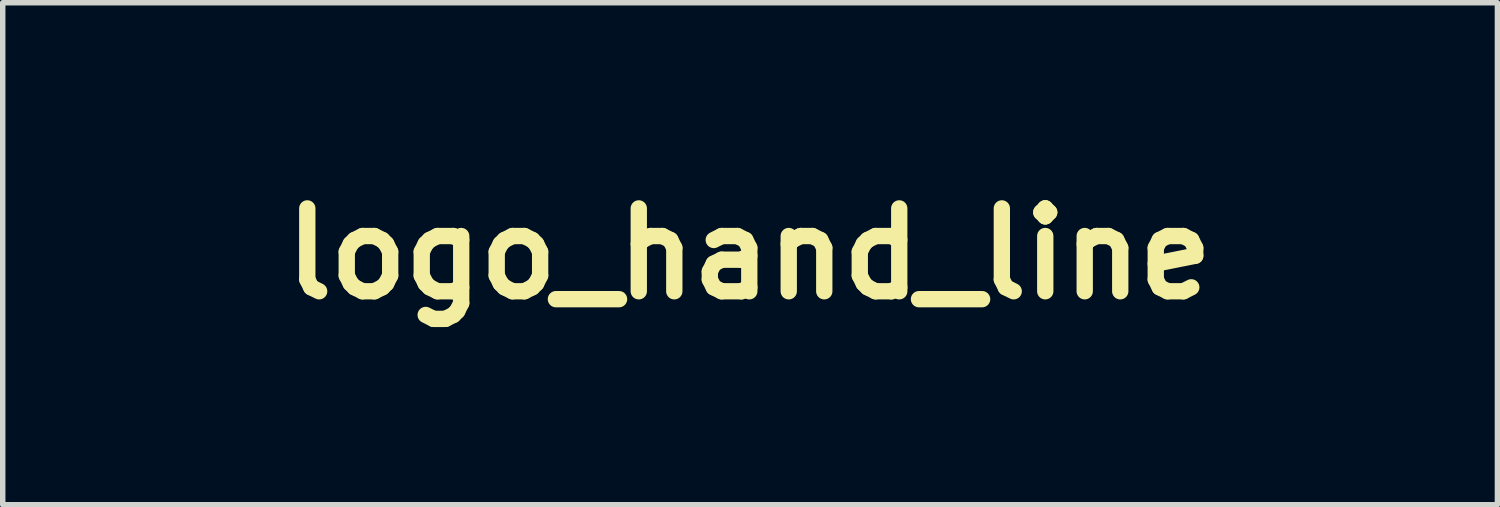
<source format=kicad_pcb>
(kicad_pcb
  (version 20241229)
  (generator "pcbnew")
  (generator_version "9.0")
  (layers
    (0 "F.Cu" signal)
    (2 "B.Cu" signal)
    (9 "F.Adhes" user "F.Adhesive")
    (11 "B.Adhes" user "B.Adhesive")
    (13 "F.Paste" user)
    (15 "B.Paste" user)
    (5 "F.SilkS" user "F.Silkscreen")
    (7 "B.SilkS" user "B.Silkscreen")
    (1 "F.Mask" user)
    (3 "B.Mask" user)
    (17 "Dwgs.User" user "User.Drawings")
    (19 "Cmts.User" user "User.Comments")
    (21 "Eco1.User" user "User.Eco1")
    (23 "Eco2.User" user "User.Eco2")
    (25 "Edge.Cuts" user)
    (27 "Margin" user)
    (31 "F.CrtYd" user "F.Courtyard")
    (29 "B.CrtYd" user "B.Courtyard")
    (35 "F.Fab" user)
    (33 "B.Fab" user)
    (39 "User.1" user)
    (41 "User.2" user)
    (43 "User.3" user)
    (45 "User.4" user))
  (footprint "logo_hand_line"
    (layer "F.Cu")
    (at 10.729 1.617)
    (property "Reference" "logo_hand_line" (at 0 0 0) (layer "F.SilkS") (effects (font (size 1.524 1.524) (thickness 0.3))))
    (attr through_hole)
    (fp_poly (pts (xy -1.172 -1.594) (xy -1.14 -1.535) (xy -1.133 -1.472) (xy -1.131 -1.365) (xy -1.134 -1.223) (xy -1.14 -1.06) (xy -1.149 -0.886) (xy -1.16 -0.712) (xy -1.174 -0.55) (xy -1.189 -0.411) (xy -1.199 -0.339) (xy -1.22 -0.186) (xy -1.239 -0.016) (xy -1.251 0.136) (xy -1.251 0.138) (xy -1.265 0.375) (xy -1.194 0.251) (xy -1.144 0.16) (xy -1.083 0.045) (xy -1.028 -0.061) (xy -0.977 -0.156) (xy -0.932 -0.229) (xy -0.902 -0.269) (xy -0.9 -0.27) (xy -0.858 -0.272) (xy -0.825 -0.234) (xy -0.812 -0.174) (xy -0.82 -0.122) (xy -0.837 -0.052) (xy -0.845 0.03) (xy -0.844 0.106) (xy -0.833 0.158) (xy -0.821 0.169) (xy -0.809 0.165) (xy -0.795 0.146) (xy -0.776 0.109) (xy -0.751 0.046) (xy -0.718 -0.048) (xy -0.673 -0.179) (xy -0.624 -0.327) (xy -0.445 -0.327) (xy -0.443 -0.254) (xy -0.439 -0.233) (xy -0.418 -0.202) (xy -0.399 -0.221) (xy -0.381 -0.29) (xy -0.363 -0.413) (xy -0.346 -0.589) (xy -0.341 -0.648) (xy -0.33 -0.787) (xy -0.323 -0.905) (xy -0.319 -0.99) (xy -0.32 -1.033) (xy -0.32 -1.035) (xy -0.331 -1.016) (xy -0.348 -0.957) (xy -0.369 -0.873) (xy -0.389 -0.779) (xy -0.406 -0.69) (xy -0.416 -0.621) (xy -0.417 -0.593) (xy -0.418 -0.541) (xy -0.428 -0.458) (xy -0.435 -0.417) (xy -0.445 -0.327) (xy -0.624 -0.327) (xy -0.615 -0.352) (xy -0.55 -0.548) (xy -0.497 -0.707) (xy -0.446 -0.853) (xy -0.403 -0.974) (xy -0.37 -1.061) (xy -0.353 -1.098) (xy -0.325 -1.172) (xy -0.302 -1.269) (xy -0.296 -1.305) (xy -0.276 -1.393) (xy -0.246 -1.436) (xy -0.213 -1.431) (xy -0.184 -1.376) (xy -0.177 -1.329) (xy -0.17 -1.236) (xy -0.162 -1.105) (xy -0.156 -0.945) (xy -0.15 -0.767) (xy -0.149 -0.708) (xy -0.135 -0.104) (xy -0.052 -0.257) (xy 0.016 -0.376) (xy 0.076 -0.468) (xy 0.123 -0.524) (xy 0.15 -0.537) (xy 0.151 -0.536) (xy 0.148 -0.505) (xy 0.126 -0.438) (xy 0.092 -0.353) (xy 0.045 -0.208) (xy 0.014 -0.04) (xy 0.001 0.129) (xy 0.008 0.279) (xy 0.02 0.338) (xy 0.031 0.375) (xy 0.042 0.391) (xy 0.058 0.38) (xy 0.081 0.337) (xy 0.117 0.256) (xy 0.168 0.13) (xy 0.192 0.07) (xy 0.246 -0.068) (xy 0.29 -0.191) (xy 0.323 -0.288) (xy 0.338 -0.347) (xy 0.339 -0.355) (xy 0.359 -0.419) (xy 0.394 -0.464) (xy 0.432 -0.494) (xy 0.463 -0.491) (xy 0.505 -0.45) (xy 0.519 -0.434) (xy 0.571 -0.35) (xy 0.606 -0.252) (xy 0.608 -0.24) (xy 0.625 -0.16) (xy 0.642 -0.101) (xy 0.645 -0.093) (xy 0.669 -0.1) (xy 0.716 -0.148) (xy 0.783 -0.234) (xy 0.83 -0.298) (xy 0.916 -0.416) (xy 0.982 -0.492) (xy 1.04 -0.53) (xy 1.097 -0.538) (xy 1.162 -0.522) (xy 1.17 -0.519) (xy 1.215 -0.48) (xy 1.263 -0.407) (xy 1.304 -0.32) (xy 1.327 -0.239) (xy 1.329 -0.22) (xy 1.339 -0.205) (xy 1.366 -0.242) (xy 1.411 -0.332) (xy 1.473 -0.473) (xy 1.551 -0.665) (xy 1.646 -0.907) (xy 1.652 -0.923) (xy 1.709 -1.068) (xy 1.76 -1.196) (xy 1.803 -1.297) (xy 1.832 -1.36) (xy 1.841 -1.376) (xy 1.883 -1.4) (xy 1.941 -1.411) (xy 1.991 -1.405) (xy 2.007 -1.39) (xy 2.013 -1.348) (xy 2.018 -1.298) (xy 2.032 -1.246) (xy 2.064 -1.155) (xy 2.11 -1.037) (xy 2.165 -0.905) (xy 2.171 -0.893) (xy 2.258 -0.679) (xy 2.331 -0.481) (xy 2.385 -0.306) (xy 2.418 -0.165) (xy 2.427 -0.077) (xy 2.429 -0.043) (xy 2.44 -0.031) (xy 2.468 -0.045) (xy 2.519 -0.089) (xy 2.601 -0.168) (xy 2.629 -0.196) (xy 2.73 -0.292) (xy 2.813 -0.359) (xy 2.895 -0.406) (xy 2.996 -0.443) (xy 3.133 -0.482) (xy 3.186 -0.49) (xy 3.29 -0.497) (xy 3.441 -0.506) (xy 3.634 -0.515) (xy 3.865 -0.524) (xy 4.127 -0.533) (xy 4.417 -0.542) (xy 4.73 -0.551) (xy 5.06 -0.56) (xy 5.403 -0.568) (xy 5.755 -0.576) (xy 6.109 -0.583) (xy 6.462 -0.59) (xy 6.809 -0.595) (xy 7.145 -0.599) (xy 7.464 -0.603) (xy 7.627 -0.604) (xy 7.778 -0.606) (xy 7.907 -0.61) (xy 8.005 -0.615) (xy 8.061 -0.621) (xy 8.072 -0.625) (xy 8.096 -0.63) (xy 8.159 -0.623) (xy 8.204 -0.614) (xy 8.293 -0.6) (xy 8.339 -0.606) (xy 8.348 -0.618) (xy 8.376 -0.635) (xy 8.391 -0.629) (xy 8.429 -0.622) (xy 8.514 -0.615) (xy 8.635 -0.608) (xy 8.783 -0.603) (xy 8.918 -0.6) (xy 9.081 -0.598) (xy 9.224 -0.595) (xy 9.338 -0.593) (xy 9.414 -0.592) (xy 9.44 -0.591) (xy 9.477 -0.591) (xy 9.56 -0.592) (xy 9.679 -0.593) (xy 9.825 -0.594) (xy 9.948 -0.595) (xy 10.21 -0.597) (xy 10.422 -0.595) (xy 10.583 -0.59) (xy 10.692 -0.583) (xy 10.746 -0.572) (xy 10.752 -0.566) (xy 10.725 -0.522) (xy 10.655 -0.482) (xy 10.557 -0.45) (xy 10.443 -0.43) (xy 10.343 -0.427) (xy 10.286 -0.423) (xy 10.196 -0.409) (xy 10.118 -0.395) (xy 10.078 -0.387) (xy 10.037 -0.381) (xy 9.991 -0.375) (xy 9.936 -0.37) (xy 9.867 -0.367) (xy 9.78 -0.364) (xy 9.672 -0.361) (xy 9.538 -0.36) (xy 9.374 -0.359) (xy 9.175 -0.358) (xy 8.939 -0.358) (xy 8.659 -0.359) (xy 8.334 -0.36) (xy 7.958 -0.361) (xy 7.789 -0.362) (xy 7.475 -0.362) (xy 7.155 -0.362) (xy 6.838 -0.36) (xy 6.533 -0.358) (xy 6.25 -0.354) (xy 5.996 -0.35) (xy 5.78 -0.345) (xy 5.611 -0.34) (xy 5.602 -0.34) (xy 5.355 -0.331) (xy 5.074 -0.323) (xy 4.782 -0.316) (xy 4.501 -0.311) (xy 4.253 -0.309) (xy 4.247 -0.309) (xy 4.033 -0.307) (xy 3.814 -0.304) (xy 3.605 -0.299) (xy 3.42 -0.294) (xy 3.272 -0.288) (xy 3.23 -0.286) (xy 3.069 -0.275) (xy 2.954 -0.26) (xy 2.873 -0.233) (xy 2.815 -0.19) (xy 2.77 -0.123) (xy 2.727 -0.026) (xy 2.712 0.014) (xy 2.661 0.13) (xy 2.603 0.247) (xy 2.567 0.31) (xy 2.509 0.412) (xy 2.457 0.519) (xy 2.441 0.556) (xy 2.384 0.649) (xy 2.314 0.696) (xy 2.241 0.696) (xy 2.177 0.65) (xy 2.135 0.558) (xy 2.133 0.55) (xy 2.127 0.504) (xy 2.118 0.412) (xy 2.108 0.286) (xy 2.096 0.136) (xy 2.09 0.036) (xy 2.074 -0.155) (xy 2.051 -0.36) (xy 2.024 -0.558) (xy 1.997 -0.727) (xy 1.989 -0.765) (xy 1.962 -0.898) (xy 1.94 -1.009) (xy 1.925 -1.089) (xy 1.919 -1.125) (xy 1.919 -1.126) (xy 1.91 -1.124) (xy 1.887 -1.081) (xy 1.854 -1.008) (xy 1.817 -0.918) (xy 1.781 -0.821) (xy 1.749 -0.731) (xy 1.729 -0.663) (xy 1.703 -0.569) (xy 1.679 -0.497) (xy 1.666 -0.466) (xy 1.65 -0.428) (xy 1.624 -0.348) (xy 1.592 -0.24) (xy 1.568 -0.155) (xy 1.514 0.039) (xy 1.471 0.186) (xy 1.436 0.293) (xy 1.406 0.369) (xy 1.379 0.42) (xy 1.352 0.454) (xy 1.351 0.455) (xy 1.311 0.503) (xy 1.298 0.533) (xy 1.279 0.569) (xy 1.255 0.593) (xy 1.216 0.61) (xy 1.183 0.587) (xy 1.155 0.519) (xy 1.13 0.403) (xy 1.108 0.236) (xy 1.104 0.201) (xy 1.08 0.005) (xy 1.056 -0.144) (xy 1.031 -0.245) (xy 1.006 -0.294) (xy 0.983 -0.291) (xy 0.962 -0.234) (xy 0.948 -0.162) (xy 0.898 0.026) (xy 0.811 0.189) (xy 0.694 0.313) (xy 0.666 0.334) (xy 0.591 0.383) (xy 0.546 0.403) (xy 0.515 0.398) (xy 0.482 0.369) (xy 0.481 0.368) (xy 0.444 0.307) (xy 0.416 0.216) (xy 0.409 0.178) (xy 0.398 0.089) (xy 0.388 0.019) (xy 0.385 0) (xy 0.376 0.004) (xy 0.357 0.053) (xy 0.333 0.136) (xy 0.329 0.155) (xy 0.271 0.383) (xy 0.225 0.562) (xy 0.189 0.699) (xy 0.16 0.8) (xy 0.137 0.871) (xy 0.118 0.919) (xy 0.099 0.949) (xy 0.081 0.968) (xy 0.059 0.981) (xy 0.049 0.987) (xy -0.033 1.01) (xy -0.098 0.987) (xy -0.134 0.921) (xy -0.136 0.914) (xy -0.146 0.857) (xy -0.162 0.768) (xy -0.174 0.706) (xy -0.192 0.621) (xy -0.206 0.586) (xy -0.219 0.592) (xy -0.23 0.618) (xy -0.243 0.691) (xy -0.239 0.738) (xy -0.236 0.773) (xy -0.267 0.788) (xy -0.321 0.79) (xy -0.388 0.785) (xy -0.424 0.757) (xy -0.448 0.691) (xy -0.45 0.684) (xy -0.475 0.537) (xy -0.474 0.361) (xy -0.447 0.147) (xy -0.436 0.085) (xy -0.417 -0.023) (xy -0.407 -0.108) (xy -0.405 -0.157) (xy -0.407 -0.163) (xy -0.427 -0.152) (xy -0.454 -0.101) (xy -0.483 -0.024) (xy -0.507 0.064) (xy -0.521 0.14) (xy -0.534 0.214) (xy -0.558 0.327) (xy -0.589 0.462) (xy -0.619 0.587) (xy -0.656 0.74) (xy -0.691 0.895) (xy -0.719 1.033) (xy -0.734 1.114) (xy -0.759 1.244) (xy -0.787 1.326) (xy -0.823 1.37) (xy -0.872 1.383) (xy -0.874 1.383) (xy -0.919 1.356) (xy -0.957 1.279) (xy -0.988 1.16) (xy -1.009 1.004) (xy -1.02 0.819) (xy -1.021 0.677) (xy -1.015 0.325) (xy -1.082 0.452) (xy -1.129 0.557) (xy -1.171 0.68) (xy -1.185 0.734) (xy -1.215 0.841) (xy -1.253 0.941) (xy -1.273 0.982) (xy -1.309 1.061) (xy -1.326 1.13) (xy -1.326 1.138) (xy -1.336 1.193) (xy -1.36 1.284) (xy -1.396 1.39) (xy -1.401 1.404) (xy -1.445 1.515) (xy -1.481 1.58) (xy -1.515 1.607) (xy -1.528 1.609) (xy -1.557 1.602) (xy -1.572 1.573) (xy -1.579 1.51) (xy -1.58 1.427) (xy -1.585 1.323) (xy -1.598 1.251) (xy -1.613 1.225) (xy -1.626 1.197) (xy -1.633 1.13) (xy -1.634 1.018) (xy -1.628 0.856) (xy -1.627 0.815) (xy -1.619 0.697) (xy -1.608 0.548) (xy -1.593 0.376) (xy -1.576 0.188) (xy -1.556 -0.005) (xy -1.537 -0.197) (xy -1.517 -0.379) (xy -1.498 -0.542) (xy -1.481 -0.678) (xy -1.467 -0.778) (xy -1.456 -0.834) (xy -1.453 -0.843) (xy -1.424 -0.838) (xy -1.4 -0.821) (xy -1.373 -0.809) (xy -1.355 -0.834) (xy -1.34 -0.904) (xy -1.331 -0.978) (xy -1.33 -1.025) (xy -1.333 -1.032) (xy -1.352 -1.015) (xy -1.394 -0.962) (xy -1.449 -0.881) (xy -1.467 -0.853) (xy -1.543 -0.735) (xy -1.625 -0.61) (xy -1.693 -0.508) (xy -1.801 -0.34) (xy -1.878 -0.203) (xy -1.931 -0.087) (xy -1.965 0.021) (xy -1.972 0.052) (xy -2.013 0.204) (xy -2.061 0.304) (xy -2.12 0.356) (xy -2.166 0.366) (xy -2.192 0.342) (xy -2.201 0.277) (xy -2.201 0.187) (xy -2.259 0.249) (xy -2.312 0.293) (xy -2.355 0.31) (xy -2.379 0.326) (xy -2.383 0.379) (xy -2.378 0.428) (xy -2.372 0.502) (xy -2.382 0.528) (xy -2.396 0.524) (xy -2.449 0.47) (xy -2.51 0.374) (xy -2.57 0.252) (xy -2.623 0.116) (xy -2.64 0.06) (xy -2.701 -0.148) (xy -2.72 -0.025) (xy -2.729 0.048) (xy -2.742 0.163) (xy -2.757 0.306) (xy -2.773 0.464) (xy -2.778 0.522) (xy -2.793 0.674) (xy -2.809 0.809) (xy -2.822 0.915) (xy -2.834 0.981) (xy -2.837 0.995) (xy -2.877 1.03) (xy -2.946 1.044) (xy -3.019 1.037) (xy -3.073 1.006) (xy -3.073 1.006) (xy -3.095 0.957) (xy -3.114 0.875) (xy -3.121 0.83) (xy -3.136 0.736) (xy -3.155 0.658) (xy -3.163 0.635) (xy -3.174 0.588) (xy -3.185 0.496) (xy -3.196 0.37) (xy -3.206 0.222) (xy -3.211 0.141) (xy -3.232 -0.296) (xy -3.285 -0.198) (xy -3.342 -0.109) (xy -3.412 -0.029) (xy -3.416 -0.025) (xy -3.464 0.041) (xy -3.515 0.142) (xy -3.562 0.261) (xy -3.597 0.377) (xy -3.612 0.471) (xy -3.612 0.48) (xy -3.629 0.538) (xy -3.664 0.594) (xy -3.739 0.649) (xy -3.826 0.657) (xy -3.917 0.624) (xy -4 0.555) (xy -4.066 0.453) (xy -4.092 0.383) (xy -4.125 0.263) (xy -4.342 0.23) (xy -4.464 0.214) (xy -4.581 0.202) (xy -4.668 0.197) (xy -4.671 0.197) (xy -4.754 0.193) (xy -4.87 0.18) (xy -4.994 0.163) (xy -5.009 0.16) (xy -5.061 0.153) (xy -5.133 0.148) (xy -5.228 0.143) (xy -5.349 0.138) (xy -5.5 0.135) (xy -5.684 0.132) (xy -5.903 0.13) (xy -6.162 0.128) (xy -6.463 0.127) (xy -6.81 0.127) (xy -7.205 0.127) (xy -7.652 0.127) (xy -7.86 0.127) (xy -8.243 0.128) (xy -8.611 0.13) (xy -8.961 0.131) (xy -9.289 0.133) (xy -9.59 0.136) (xy -9.86 0.138) (xy -10.095 0.141) (xy -10.291 0.144) (xy -10.443 0.147) (xy -10.548 0.151) (xy -10.601 0.154) (xy -10.604 0.154) (xy -10.724 0.177) (xy -10.724 -0.104) (xy -10.421 -0.121) (xy -10.314 -0.125) (xy -10.161 -0.127) (xy -9.972 -0.129) (xy -9.757 -0.129) (xy -9.528 -0.128) (xy -9.293 -0.125) (xy -9.243 -0.125) (xy -8.973 -0.121) (xy -8.675 -0.119) (xy -8.366 -0.116) (xy -8.063 -0.115) (xy -7.784 -0.114) (xy -7.592 -0.114) (xy -7.378 -0.115) (xy -7.174 -0.115) (xy -6.989 -0.114) (xy -6.833 -0.113) (xy -6.714 -0.112) (xy -6.646 -0.11) (xy -6.544 -0.108) (xy -6.407 -0.106) (xy -6.256 -0.105) (xy -6.167 -0.106) (xy -6.002 -0.105) (xy -5.809 -0.1) (xy -5.596 -0.092) (xy -5.371 -0.082) (xy -5.143 -0.07) (xy -4.921 -0.057) (xy -4.714 -0.043) (xy -4.529 -0.028) (xy -4.377 -0.013) (xy -4.265 0.001) (xy -4.21 0.011) (xy -4.111 0.044) (xy -4.042 0.087) (xy -3.984 0.154) (xy -3.923 0.259) (xy -3.922 0.261) (xy -3.882 0.326) (xy -3.85 0.364) (xy -3.843 0.367) (xy -3.821 0.343) (xy -3.788 0.28) (xy -3.754 0.205) (xy -3.683 0.041) (xy -3.601 -0.128) (xy -3.512 -0.297) (xy -3.421 -0.456) (xy -3.334 -0.597) (xy -3.255 -0.713) (xy -3.188 -0.796) (xy -3.139 -0.837) (xy -3.131 -0.84) (xy -3.062 -0.827) (xy -3.017 -0.769) (xy -3.002 -0.7) (xy -2.994 -0.629) (xy -2.979 -0.522) (xy -2.958 -0.4) (xy -2.952 -0.367) (xy -2.931 -0.246) (xy -2.915 -0.136) (xy -2.906 -0.057) (xy -2.906 -0.042) (xy -2.903 -0.002) (xy -2.892 0.003) (xy -2.868 -0.031) (xy -2.825 -0.109) (xy -2.815 -0.127) (xy -2.771 -0.218) (xy -2.742 -0.293) (xy -2.734 -0.334) (xy -2.718 -0.36) (xy -2.662 -0.362) (xy -2.597 -0.337) (xy -2.539 -0.272) (xy -2.52 -0.24) (xy -2.481 -0.157) (xy -2.458 -0.084) (xy -2.456 -0.065) (xy -2.447 -0.005) (xy -2.42 0.004) (xy -2.375 -0.04) (xy -2.311 -0.136) (xy -2.296 -0.161) (xy -2.227 -0.273) (xy -2.176 -0.338) (xy -2.141 -0.356) (xy -2.116 -0.333) (xy -2.106 -0.305) (xy -2.094 -0.279) (xy -2.076 -0.283) (xy -2.046 -0.324) (xy -1.999 -0.407) (xy -1.978 -0.445) (xy -1.922 -0.554) (xy -1.872 -0.653) (xy -1.838 -0.726) (xy -1.834 -0.735) (xy -1.799 -0.793) (xy -1.762 -0.818) (xy -1.76 -0.818) (xy -1.729 -0.842) (xy -1.722 -0.877) (xy -1.705 -0.94) (xy -1.664 -1.01) (xy -1.663 -1.012) (xy -1.539 -1.173) (xy -1.438 -1.316) (xy -1.364 -1.432) (xy -1.322 -1.514) (xy -1.321 -1.517) (xy -1.277 -1.586) (xy -1.223 -1.612) (xy -1.172 -1.594)) (stroke (width 0.01) (type solid)) (fill yes) (layer "F.Mask")))
  (gr_rect
    (start -3 -3)
    (end 24.487 6.231)
    (stroke (width 0.1) (type default))
    (fill no)
    (layer "Edge.Cuts")))
</source>
